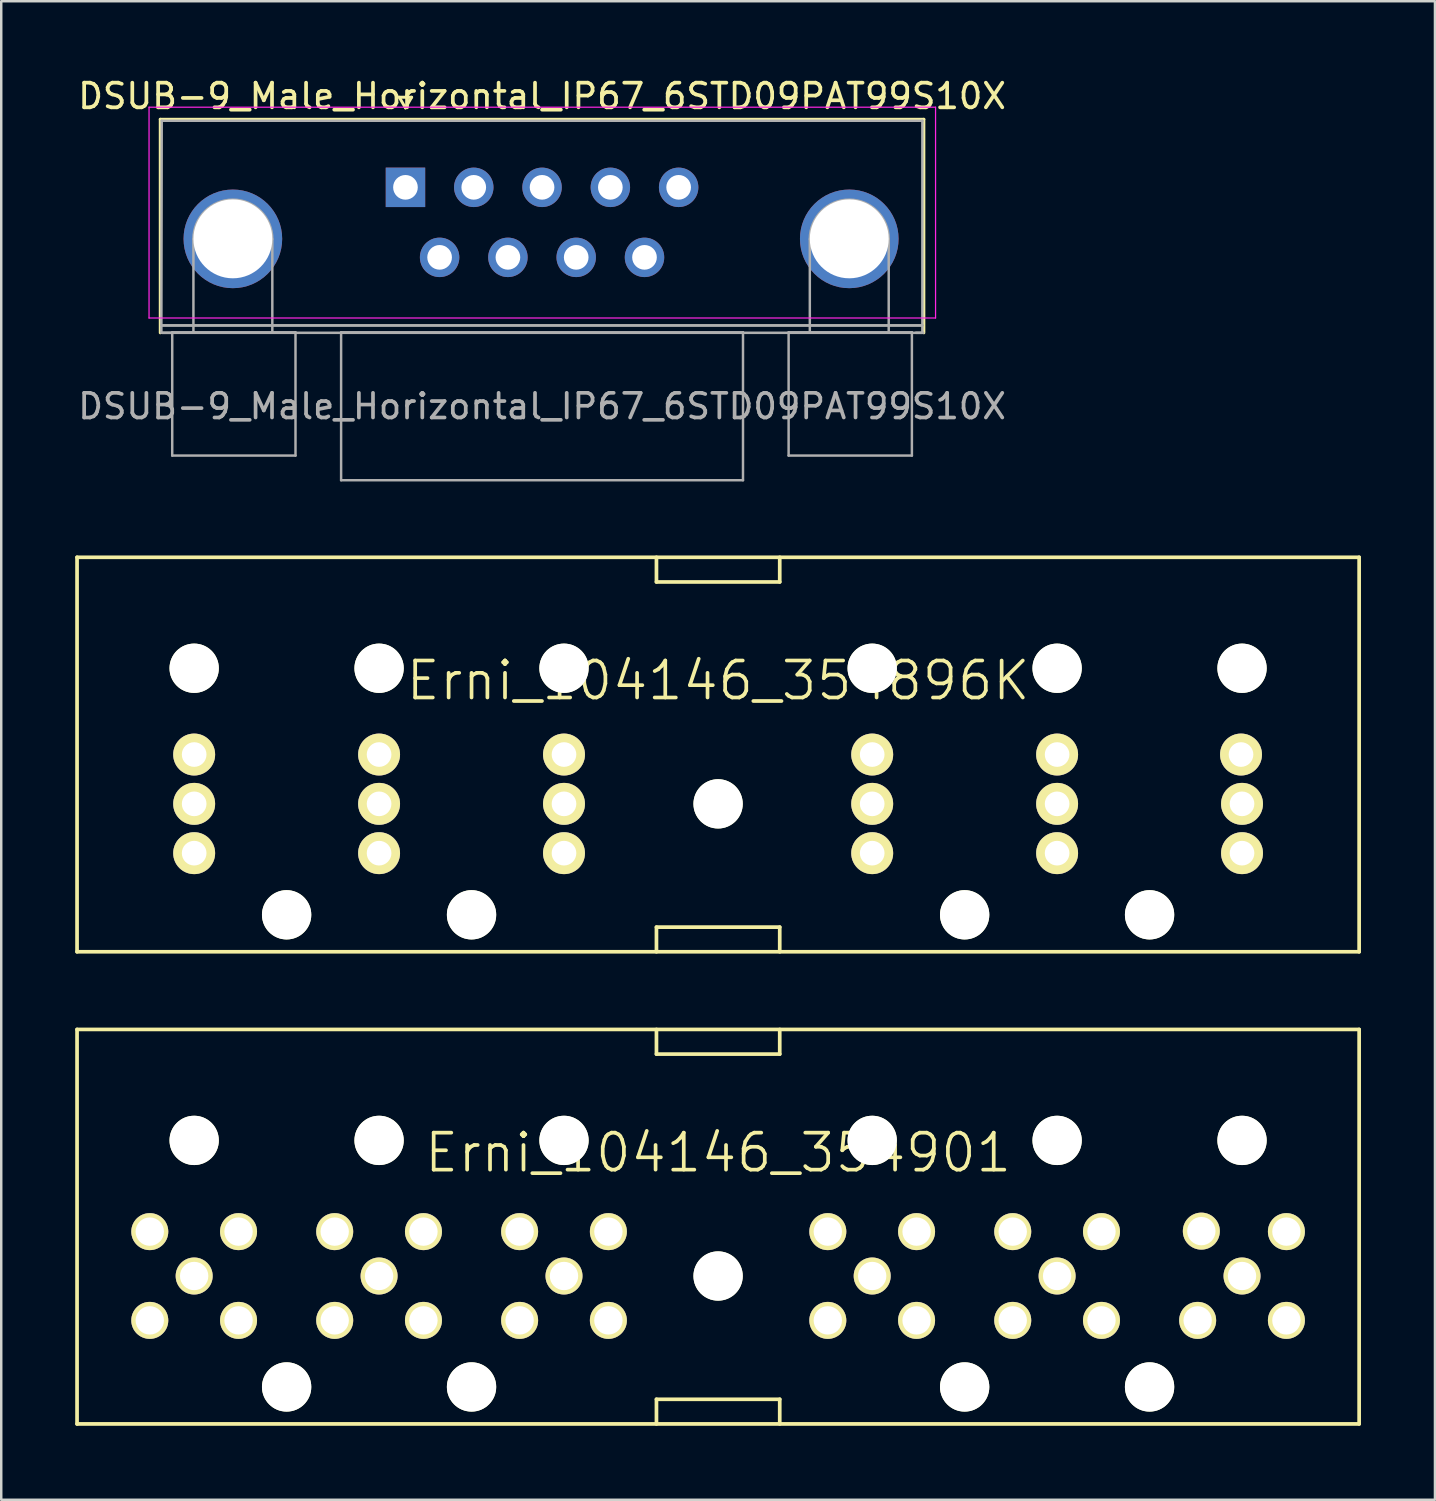
<source format=kicad_pcb>
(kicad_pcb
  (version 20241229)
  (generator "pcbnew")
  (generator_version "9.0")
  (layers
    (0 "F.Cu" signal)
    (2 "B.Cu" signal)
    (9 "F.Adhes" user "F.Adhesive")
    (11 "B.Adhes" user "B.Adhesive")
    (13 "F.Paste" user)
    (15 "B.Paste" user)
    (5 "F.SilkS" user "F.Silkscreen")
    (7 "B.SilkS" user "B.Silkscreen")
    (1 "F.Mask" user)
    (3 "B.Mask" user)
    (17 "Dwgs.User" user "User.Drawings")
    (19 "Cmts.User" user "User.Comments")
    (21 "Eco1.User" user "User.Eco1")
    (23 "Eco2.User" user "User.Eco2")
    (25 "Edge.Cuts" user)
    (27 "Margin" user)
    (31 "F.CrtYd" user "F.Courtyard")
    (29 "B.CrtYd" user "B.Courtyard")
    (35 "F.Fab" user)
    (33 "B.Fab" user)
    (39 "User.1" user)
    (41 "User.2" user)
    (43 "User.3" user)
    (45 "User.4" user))
  (footprint "Erni_104146_354896K"
    (layer "F.Cu")
    (at 26.075 27.553)
    (property "Reference" "Erni_104146_354896K" (at 0 -3 0) (layer "F.SilkS") (effects (font (size 1.5 1.5) (thickness 0.15))))
    (attr through_hole)
    (fp_line (start -26 -8) (end -26 8) (stroke (width 0.15) (type solid)) (layer "F.SilkS"))
    (fp_line (start -26 8) (end 26 8) (stroke (width 0.15) (type solid)) (layer "F.SilkS"))
    (fp_line (start -2.5 -8) (end -2.5 -7) (stroke (width 0.15) (type solid)) (layer "F.SilkS"))
    (fp_line (start -2.5 -7) (end 2.5 -7) (stroke (width 0.15) (type solid)) (layer "F.SilkS"))
    (fp_line (start -2.5 7) (end 2.5 7) (stroke (width 0.15) (type solid)) (layer "F.SilkS"))
    (fp_line (start -2.5 8) (end -2.5 7) (stroke (width 0.15) (type solid)) (layer "F.SilkS"))
    (fp_line (start 2.5 -7) (end 2.5 -8) (stroke (width 0.15) (type solid)) (layer "F.SilkS"))
    (fp_line (start 2.5 7) (end 2.5 8) (stroke (width 0.15) (type solid)) (layer "F.SilkS"))
    (fp_line (start 26 -8) (end -26 -8) (stroke (width 0.15) (type solid)) (layer "F.SilkS"))
    (fp_line (start 26 8) (end 26 -8) (stroke (width 0.15) (type solid)) (layer "F.SilkS"))
    (pad "" np_thru_hole circle (at -21.25 -3.5) (size 2 2) (drill 2) (layers "*.Cu" "*.Mask" "F.SilkS"))
    (pad "" np_thru_hole circle (at -17.5 6.5) (size 2 2) (drill 2) (layers "*.Cu" "*.Mask" "F.SilkS"))
    (pad "" np_thru_hole circle (at -13.75 -3.5) (size 2 2) (drill 2) (layers "*.Cu" "*.Mask" "F.SilkS"))
    (pad "" np_thru_hole circle (at -10 6.5) (size 2 2) (drill 2) (layers "*.Cu" "*.Mask" "F.SilkS"))
    (pad "" np_thru_hole circle (at -6.25 -3.5) (size 2 2) (drill 2) (layers "*.Cu" "*.Mask" "F.SilkS"))
    (pad "" np_thru_hole circle (at 0 2) (size 2 2) (drill 2) (layers "*.Cu" "*.Mask" "F.SilkS"))
    (pad "" np_thru_hole circle (at 6.25 -3.5) (size 2 2) (drill 2) (layers "*.Cu" "*.Mask" "F.SilkS"))
    (pad "" np_thru_hole circle (at 10 6.5) (size 2 2) (drill 2) (layers "*.Cu" "*.Mask" "F.SilkS"))
    (pad "" np_thru_hole circle (at 13.75 -3.5) (size 2 2) (drill 2) (layers "*.Cu" "*.Mask" "F.SilkS"))
    (pad "" np_thru_hole circle (at 17.5 6.5) (size 2 2) (drill 2) (layers "*.Cu" "*.Mask" "F.SilkS"))
    (pad "" np_thru_hole circle (at 21.25 -3.5) (size 2 2) (drill 2) (layers "*.Cu" "*.Mask" "F.SilkS"))
    (pad "A1" thru_hole circle (at 21.209 0) (size 1.7 1.7) (drill 1) (layers "*.Cu" "*.Mask" "F.SilkS"))
    (pad "A2" thru_hole circle (at 13.75 0) (size 1.7 1.7) (drill 1) (layers "*.Cu" "*.Mask" "F.SilkS"))
    (pad "A3" thru_hole circle (at 6.25 0) (size 1.7 1.7) (drill 1) (layers "*.Cu" "*.Mask" "F.SilkS"))
    (pad "A4" thru_hole circle (at -6.25 0) (size 1.7 1.7) (drill 1) (layers "*.Cu" "*.Mask" "F.SilkS"))
    (pad "A5" thru_hole circle (at -13.75 0) (size 1.7 1.7) (drill 1) (layers "*.Cu" "*.Mask" "F.SilkS"))
    (pad "A6" thru_hole circle (at -21.25 0) (size 1.7 1.7) (drill 1) (layers "*.Cu" "*.Mask" "F.SilkS"))
    (pad "B1" thru_hole circle (at 21.25 2) (size 1.7 1.7) (drill 1) (layers "*.Cu" "*.Mask" "F.SilkS"))
    (pad "B2" thru_hole circle (at 13.75 2) (size 1.7 1.7) (drill 1) (layers "*.Cu" "*.Mask" "F.SilkS"))
    (pad "B3" thru_hole circle (at 6.25 2) (size 1.7 1.7) (drill 1) (layers "*.Cu" "*.Mask" "F.SilkS"))
    (pad "B4" thru_hole circle (at -6.25 2) (size 1.7 1.7) (drill 1) (layers "*.Cu" "*.Mask" "F.SilkS"))
    (pad "B5" thru_hole circle (at -13.75 2) (size 1.7 1.7) (drill 1) (layers "*.Cu" "*.Mask" "F.SilkS"))
    (pad "B6" thru_hole circle (at -21.25 2) (size 1.7 1.7) (drill 1) (layers "*.Cu" "*.Mask" "F.SilkS"))
    (pad "C1" thru_hole circle (at 21.25 4) (size 1.7 1.7) (drill 1) (layers "*.Cu" "*.Mask" "F.SilkS"))
    (pad "C2" thru_hole circle (at 13.75 4) (size 1.7 1.7) (drill 1) (layers "*.Cu" "*.Mask" "F.SilkS"))
    (pad "C3" thru_hole circle (at 6.25 4) (size 1.7 1.7) (drill 1) (layers "*.Cu" "*.Mask" "F.SilkS"))
    (pad "C4" thru_hole circle (at -6.25 4) (size 1.7 1.7) (drill 1) (layers "*.Cu" "*.Mask" "F.SilkS"))
    (pad "C5" thru_hole circle (at -13.75 4) (size 1.7 1.7) (drill 1) (layers "*.Cu" "*.Mask" "F.SilkS"))
    (pad "C6" thru_hole circle (at -21.25 4) (size 1.7 1.7) (drill 1) (layers "*.Cu" "*.Mask" "F.SilkS")))
  (footprint "Erni_104146_354901"
    (layer "F.Cu")
    (at 26.075 46.703)
    (property "Reference" "Erni_104146_354901" (at 0 -3 0) (layer "F.SilkS") (effects (font (size 1.5 1.5) (thickness 0.15))))
    (attr through_hole)
    (fp_line (start -26 -8) (end -26 8) (stroke (width 0.15) (type solid)) (layer "F.SilkS"))
    (fp_line (start -26 8) (end 26 8) (stroke (width 0.15) (type solid)) (layer "F.SilkS"))
    (fp_line (start -2.5 -8) (end -2.5 -7) (stroke (width 0.15) (type solid)) (layer "F.SilkS"))
    (fp_line (start -2.5 -7) (end 2.5 -7) (stroke (width 0.15) (type solid)) (layer "F.SilkS"))
    (fp_line (start -2.5 7) (end 2.5 7) (stroke (width 0.15) (type solid)) (layer "F.SilkS"))
    (fp_line (start -2.5 8) (end -2.5 7) (stroke (width 0.15) (type solid)) (layer "F.SilkS"))
    (fp_line (start 2.5 -7) (end 2.5 -8) (stroke (width 0.15) (type solid)) (layer "F.SilkS"))
    (fp_line (start 2.5 7) (end 2.5 8) (stroke (width 0.15) (type solid)) (layer "F.SilkS"))
    (fp_line (start 26 -8) (end -26 -8) (stroke (width 0.15) (type solid)) (layer "F.SilkS"))
    (fp_line (start 26 8) (end 26 -8) (stroke (width 0.15) (type solid)) (layer "F.SilkS"))
    (pad "" np_thru_hole circle (at -21.25 -3.5) (size 2 2) (drill 2) (layers "*.Cu" "*.Mask" "F.SilkS"))
    (pad "" np_thru_hole circle (at -17.5 6.5) (size 2 2) (drill 2) (layers "*.Cu" "*.Mask" "F.SilkS"))
    (pad "" np_thru_hole circle (at -13.75 -3.5) (size 2 2) (drill 2) (layers "*.Cu" "*.Mask" "F.SilkS"))
    (pad "" np_thru_hole circle (at -10 6.5) (size 2 2) (drill 2) (layers "*.Cu" "*.Mask" "F.SilkS"))
    (pad "" np_thru_hole circle (at -6.25 -3.5) (size 2 2) (drill 2) (layers "*.Cu" "*.Mask" "F.SilkS"))
    (pad "" np_thru_hole circle (at 0 2) (size 2 2) (drill 2) (layers "*.Cu" "*.Mask" "F.SilkS"))
    (pad "" np_thru_hole circle (at 6.25 -3.5) (size 2 2) (drill 2) (layers "*.Cu" "*.Mask" "F.SilkS"))
    (pad "" np_thru_hole circle (at 10 6.5) (size 2 2) (drill 2) (layers "*.Cu" "*.Mask" "F.SilkS"))
    (pad "" np_thru_hole circle (at 13.75 -3.5) (size 2 2) (drill 2) (layers "*.Cu" "*.Mask" "F.SilkS"))
    (pad "" np_thru_hole circle (at 17.5 6.5) (size 2 2) (drill 2) (layers "*.Cu" "*.Mask" "F.SilkS"))
    (pad "" np_thru_hole circle (at 21.25 -3.5) (size 2 2) (drill 2) (layers "*.Cu" "*.Mask" "F.SilkS"))
    (pad "A1" thru_hole circle (at 19.6 0.18) (size 1.5 1.5) (drill 1.15) (layers "*.Cu" "*.Mask" "F.SilkS"))
    (pad "A1" thru_hole circle (at 23.05 0.2) (size 1.5 1.5) (drill 1.15) (layers "*.Cu" "*.Mask" "F.SilkS"))
    (pad "A2" thru_hole circle (at 11.95 0.2) (size 1.5 1.5) (drill 1.15) (layers "*.Cu" "*.Mask" "F.SilkS"))
    (pad "A2" thru_hole circle (at 15.55 0.2) (size 1.5 1.5) (drill 1.15) (layers "*.Cu" "*.Mask" "F.SilkS"))
    (pad "A3" thru_hole circle (at 4.45 0.2) (size 1.5 1.5) (drill 1.15) (layers "*.Cu" "*.Mask" "F.SilkS"))
    (pad "A3" thru_hole circle (at 8.05 0.2) (size 1.5 1.5) (drill 1.15) (layers "*.Cu" "*.Mask" "F.SilkS"))
    (pad "A4" thru_hole circle (at -8.05 0.2) (size 1.5 1.5) (drill 1.15) (layers "*.Cu" "*.Mask" "F.SilkS"))
    (pad "A4" thru_hole circle (at -4.45 0.2) (size 1.5 1.5) (drill 1.15) (layers "*.Cu" "*.Mask" "F.SilkS"))
    (pad "A5" thru_hole circle (at -15.55 0.2) (size 1.5 1.5) (drill 1.15) (layers "*.Cu" "*.Mask" "F.SilkS"))
    (pad "A5" thru_hole circle (at -11.95 0.2) (size 1.5 1.5) (drill 1.15) (layers "*.Cu" "*.Mask" "F.SilkS"))
    (pad "A6" thru_hole circle (at -23.05 0.2) (size 1.5 1.5) (drill 1.15) (layers "*.Cu" "*.Mask" "F.SilkS"))
    (pad "A6" thru_hole circle (at -19.45 0.2) (size 1.5 1.5) (drill 1.15) (layers "*.Cu" "*.Mask" "F.SilkS"))
    (pad "B1" thru_hole circle (at 21.25 2) (size 1.5 1.5) (drill 1.15) (layers "*.Cu" "*.Mask" "F.SilkS"))
    (pad "B2" thru_hole circle (at 13.75 2) (size 1.5 1.5) (drill 1.15) (layers "*.Cu" "*.Mask" "F.SilkS"))
    (pad "B3" thru_hole circle (at 6.25 2) (size 1.5 1.5) (drill 1.15) (layers "*.Cu" "*.Mask" "F.SilkS"))
    (pad "B4" thru_hole circle (at -6.25 2) (size 1.5 1.5) (drill 1.15) (layers "*.Cu" "*.Mask" "F.SilkS"))
    (pad "B5" thru_hole circle (at -13.75 2) (size 1.5 1.5) (drill 1.15) (layers "*.Cu" "*.Mask" "F.SilkS"))
    (pad "B6" thru_hole circle (at -21.25 2) (size 1.5 1.5) (drill 1.15) (layers "*.Cu" "*.Mask" "F.SilkS"))
    (pad "C1" thru_hole circle (at 19.45 3.8) (size 1.5 1.5) (drill 1.15) (layers "*.Cu" "*.Mask" "F.SilkS"))
    (pad "C1" thru_hole circle (at 23.05 3.8) (size 1.5 1.5) (drill 1.15) (layers "*.Cu" "*.Mask" "F.SilkS"))
    (pad "C2" thru_hole circle (at 11.95 3.8) (size 1.5 1.5) (drill 1.15) (layers "*.Cu" "*.Mask" "F.SilkS"))
    (pad "C2" thru_hole circle (at 15.55 3.8) (size 1.5 1.5) (drill 1.15) (layers "*.Cu" "*.Mask" "F.SilkS"))
    (pad "C3" thru_hole circle (at 4.45 3.8) (size 1.5 1.5) (drill 1.15) (layers "*.Cu" "*.Mask" "F.SilkS"))
    (pad "C3" thru_hole circle (at 8.05 3.8) (size 1.5 1.5) (drill 1.15) (layers "*.Cu" "*.Mask" "F.SilkS"))
    (pad "C4" thru_hole circle (at -8.05 3.8) (size 1.5 1.5) (drill 1.15) (layers "*.Cu" "*.Mask" "F.SilkS"))
    (pad "C4" thru_hole circle (at -4.45 3.8) (size 1.5 1.5) (drill 1.15) (layers "*.Cu" "*.Mask" "F.SilkS"))
    (pad "C5" thru_hole circle (at -15.55 3.8) (size 1.5 1.5) (drill 1.15) (layers "*.Cu" "*.Mask" "F.SilkS"))
    (pad "C5" thru_hole circle (at -11.95 3.8) (size 1.5 1.5) (drill 1.15) (layers "*.Cu" "*.Mask" "F.SilkS"))
    (pad "C6" thru_hole circle (at -23.05 3.8) (size 1.5 1.5) (drill 1.15) (layers "*.Cu" "*.Mask" "F.SilkS"))
    (pad "C6" thru_hole circle (at -19.45 3.8) (size 1.5 1.5) (drill 1.15) (layers "*.Cu" "*.Mask" "F.SilkS")))
  (footprint "DSUB-9_Male_Horizontal_IP67_6STD09PAT99S10X"
    (layer "F.Cu")
    (at 13.395 4.548)
    (property "Reference" "DSUB-9_Male_Horizontal_IP67_6STD09PAT99S10X" (at 5.54 -3.7 0) (layer "F.SilkS") (effects (font (size 1 1) (thickness 0.15))))
    (attr through_hole)
    (fp_line (start -9.945 -2.76) (end 21.025 -2.76) (stroke (width 0.12) (type solid)) (layer "F.SilkS"))
    (fp_line (start -9.945 5.9) (end -9.945 -2.76) (stroke (width 0.12) (type solid)) (layer "F.SilkS"))
    (fp_line (start -0.25 -3.654) (end 0.25 -3.654) (stroke (width 0.12) (type solid)) (layer "F.SilkS"))
    (fp_line (start 0 -3.221) (end -0.25 -3.654) (stroke (width 0.12) (type solid)) (layer "F.SilkS"))
    (fp_line (start 0.25 -3.654) (end 0 -3.221) (stroke (width 0.12) (type solid)) (layer "F.SilkS"))
    (fp_line (start 21.025 -2.76) (end 21.025 5.9) (stroke (width 0.12) (type solid)) (layer "F.SilkS"))
    (fp_line (start -10.4 -3.25) (end -10.4 5.3) (stroke (width 0.05) (type solid)) (layer "F.CrtYd"))
    (fp_line (start -10.4 5.3) (end 21.5 5.3) (stroke (width 0.05) (type solid)) (layer "F.CrtYd"))
    (fp_line (start 21.5 -3.25) (end -10.4 -3.25) (stroke (width 0.05) (type solid)) (layer "F.CrtYd"))
    (fp_line (start 21.5 5.3) (end 21.5 -3.25) (stroke (width 0.05) (type solid)) (layer "F.CrtYd"))
    (fp_line (start -9.885 -2.7) (end -9.9 5.9) (stroke (width 0.1) (type solid)) (layer "F.Fab"))
    (fp_line (start -9.885 5.6) (end 20.965 5.6) (stroke (width 0.1) (type solid)) (layer "F.Fab"))
    (fp_line (start -9.885 5.9) (end -9.5 5.9) (stroke (width 0.1) (type solid)) (layer "F.Fab"))
    (fp_line (start -9.885 5.9) (end 20.965 5.9) (stroke (width 0.1) (type solid)) (layer "F.Fab"))
    (fp_line (start -9.46 5.88) (end -9.46 10.88) (stroke (width 0.1) (type solid)) (layer "F.Fab"))
    (fp_line (start -9.46 10.88) (end -4.46 10.88) (stroke (width 0.1) (type solid)) (layer "F.Fab"))
    (fp_line (start -8.6 5.9) (end -8.6 2.1) (stroke (width 0.1) (type solid)) (layer "F.Fab"))
    (fp_line (start -5.4 5.9) (end -5.4 2.1) (stroke (width 0.1) (type solid)) (layer "F.Fab"))
    (fp_line (start -4.46 5.88) (end -9.46 5.88) (stroke (width 0.1) (type solid)) (layer "F.Fab"))
    (fp_line (start -4.46 10.88) (end -4.46 5.88) (stroke (width 0.1) (type solid)) (layer "F.Fab"))
    (fp_line (start -2.61 5.88) (end -2.61 11.88) (stroke (width 0.1) (type solid)) (layer "F.Fab"))
    (fp_line (start -2.61 11.88) (end 13.69 11.88) (stroke (width 0.1) (type solid)) (layer "F.Fab"))
    (fp_line (start 13.69 5.88) (end -2.61 5.88) (stroke (width 0.1) (type solid)) (layer "F.Fab"))
    (fp_line (start 13.69 11.88) (end 13.69 5.88) (stroke (width 0.1) (type solid)) (layer "F.Fab"))
    (fp_line (start 15.54 5.88) (end 15.54 10.88) (stroke (width 0.1) (type solid)) (layer "F.Fab"))
    (fp_line (start 15.54 10.88) (end 20.54 10.88) (stroke (width 0.1) (type solid)) (layer "F.Fab"))
    (fp_line (start 16.4 5.9) (end 16.4 2.1) (stroke (width 0.1) (type solid)) (layer "F.Fab"))
    (fp_line (start 19.6 5.9) (end 19.6 2.1) (stroke (width 0.1) (type solid)) (layer "F.Fab"))
    (fp_line (start 20.54 5.88) (end 15.54 5.88) (stroke (width 0.1) (type solid)) (layer "F.Fab"))
    (fp_line (start 20.54 10.88) (end 20.54 5.88) (stroke (width 0.1) (type solid)) (layer "F.Fab"))
    (fp_line (start 20.7 5.9) (end 21 5.9) (stroke (width 0.1) (type solid)) (layer "F.Fab"))
    (fp_line (start 20.965 -2.7) (end -9.885 -2.7) (stroke (width 0.1) (type solid)) (layer "F.Fab"))
    (fp_line (start 20.965 5.6) (end -9.885 5.6) (stroke (width 0.1) (type solid)) (layer "F.Fab"))
    (fp_line (start 20.965 5.9) (end 20.965 -2.7) (stroke (width 0.1) (type solid)) (layer "F.Fab"))
    (fp_arc (start -8.6 2.1) (mid -7 0.5) (end -5.4 2.1) (stroke (width 0.1) (type solid)) (layer "F.Fab"))
    (fp_arc (start 16.4 2.1) (mid 18 0.5) (end 19.6 2.1) (stroke (width 0.1) (type solid)) (layer "F.Fab"))
    (fp_text user "${REFERENCE}" (at 5.54 8.88 0) (layer "F.Fab") (effects (font (size 1 1) (thickness 0.15))))
    (pad "0" thru_hole circle (at -7 2.09) (size 4 4) (drill 3.2) (layers "*.Cu" "*.Mask"))
    (pad "0" thru_hole circle (at 18 2.09) (size 4 4) (drill 3.2) (layers "*.Cu" "*.Mask"))
    (pad "1" thru_hole rect (at 0 0) (size 1.6 1.6) (drill 1) (layers "*.Cu" "*.Mask"))
    (pad "2" thru_hole circle (at 2.77 0) (size 1.6 1.6) (drill 1) (layers "*.Cu" "*.Mask"))
    (pad "3" thru_hole circle (at 5.54 0) (size 1.6 1.6) (drill 1) (layers "*.Cu" "*.Mask"))
    (pad "4" thru_hole circle (at 8.31 0) (size 1.6 1.6) (drill 1) (layers "*.Cu" "*.Mask"))
    (pad "5" thru_hole circle (at 11.08 0) (size 1.6 1.6) (drill 1) (layers "*.Cu" "*.Mask"))
    (pad "6" thru_hole circle (at 1.385 2.84) (size 1.6 1.6) (drill 1) (layers "*.Cu" "*.Mask"))
    (pad "7" thru_hole circle (at 4.155 2.84) (size 1.6 1.6) (drill 1) (layers "*.Cu" "*.Mask"))
    (pad "8" thru_hole circle (at 6.925 2.84) (size 1.6 1.6) (drill 1) (layers "*.Cu" "*.Mask"))
    (pad "9" thru_hole circle (at 9.695 2.84) (size 1.6 1.6) (drill 1) (layers "*.Cu" "*.Mask")))
  (gr_rect
    (start -3 -3)
    (end 55.15 57.778)
    (stroke (width 0.1) (type default))
    (fill no)
    (layer "Edge.Cuts")))
</source>
